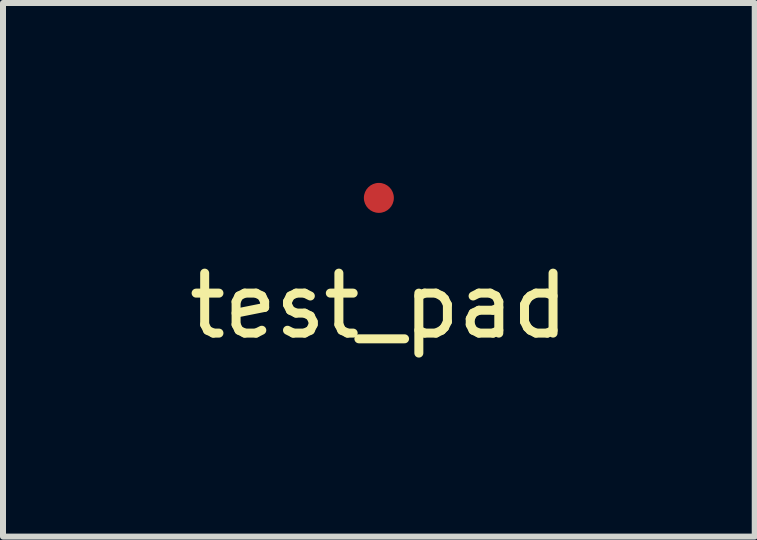
<source format=kicad_pcb>
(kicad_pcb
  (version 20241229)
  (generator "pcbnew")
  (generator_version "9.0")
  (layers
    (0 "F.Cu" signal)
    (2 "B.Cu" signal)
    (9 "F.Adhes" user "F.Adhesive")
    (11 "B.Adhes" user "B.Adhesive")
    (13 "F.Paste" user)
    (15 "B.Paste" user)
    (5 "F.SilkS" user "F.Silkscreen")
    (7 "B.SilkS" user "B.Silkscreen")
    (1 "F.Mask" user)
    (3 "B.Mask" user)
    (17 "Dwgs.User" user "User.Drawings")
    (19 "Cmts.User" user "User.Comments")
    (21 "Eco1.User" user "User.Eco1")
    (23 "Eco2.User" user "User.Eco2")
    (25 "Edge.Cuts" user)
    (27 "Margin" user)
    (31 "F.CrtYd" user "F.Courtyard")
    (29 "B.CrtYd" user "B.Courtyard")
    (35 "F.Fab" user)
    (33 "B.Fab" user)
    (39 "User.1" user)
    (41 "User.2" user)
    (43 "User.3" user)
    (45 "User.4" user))
  (footprint "test_pad"
    (layer "F.Cu")
    (at 3.268 0.25)
    (property "Reference" "test_pad" (at 0 1.8 0) (layer "F.SilkS") (effects (font (size 1 1) (thickness 0.15))))
    (attr through_hole)
    (pad "1" smd circle (at 0 0) (size 0.5 0.5) (layers "F.Cu" "F.Mask" "F.Paste")))
  (gr_rect
    (start -3 -3)
    (end 9.536 5.898)
    (stroke (width 0.1) (type default))
    (fill no)
    (layer "Edge.Cuts")))
</source>
